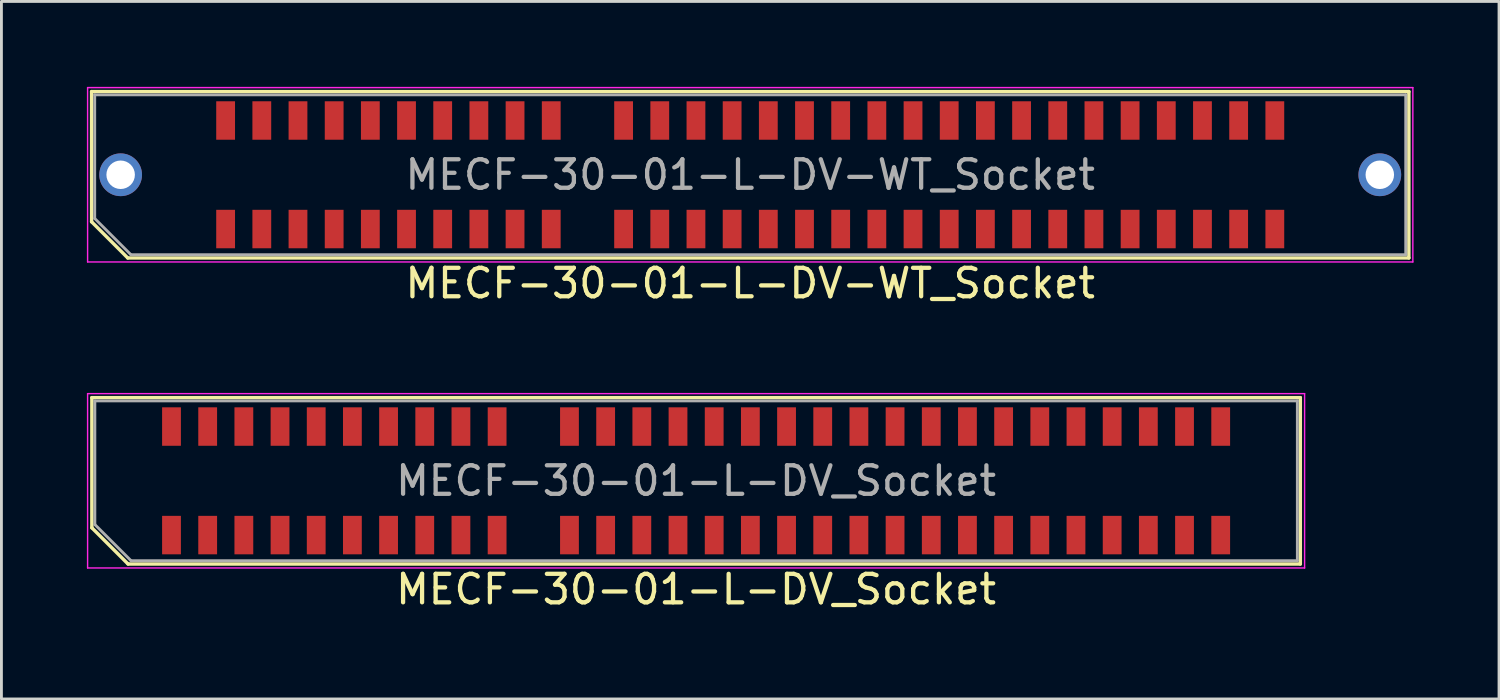
<source format=kicad_pcb>
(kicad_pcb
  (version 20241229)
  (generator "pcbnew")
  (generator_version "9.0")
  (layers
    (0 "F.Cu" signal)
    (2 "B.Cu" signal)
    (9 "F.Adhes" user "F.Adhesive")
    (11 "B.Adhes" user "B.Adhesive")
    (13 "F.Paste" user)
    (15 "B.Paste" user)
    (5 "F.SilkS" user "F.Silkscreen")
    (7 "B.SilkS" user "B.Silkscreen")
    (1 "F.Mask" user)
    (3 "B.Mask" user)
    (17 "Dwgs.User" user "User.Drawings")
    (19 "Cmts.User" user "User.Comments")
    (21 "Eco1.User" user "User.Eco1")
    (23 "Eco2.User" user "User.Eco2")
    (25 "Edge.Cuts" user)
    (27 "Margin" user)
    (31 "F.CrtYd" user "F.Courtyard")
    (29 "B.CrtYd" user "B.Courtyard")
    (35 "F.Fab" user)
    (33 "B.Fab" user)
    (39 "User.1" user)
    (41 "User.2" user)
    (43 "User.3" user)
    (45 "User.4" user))
  (footprint "MECF-30-01-L-DV_Socket"
    (layer "F.Cu")
    (at 21.385 13.828)
    (property "Reference" "MECF-30-01-L-DV_Socket" (at 0 3.81 0) (layer "F.SilkS") (effects (font (size 1 1) (thickness 0.15))))
    (attr smd)
    (fp_line (start -21.21 -2.92) (end 21.21 -2.92) (stroke (width 0.12) (type solid)) (layer "F.SilkS"))
    (fp_line (start -21.21 1.65) (end -21.21 -2.92) (stroke (width 0.12) (type solid)) (layer "F.SilkS"))
    (fp_line (start -19.94 2.92) (end -21.21 1.65) (stroke (width 0.12) (type solid)) (layer "F.SilkS"))
    (fp_line (start -19.94 2.92) (end 21.21 2.92) (stroke (width 0.12) (type solid)) (layer "F.SilkS"))
    (fp_line (start 21.21 2.92) (end 21.21 -2.92) (stroke (width 0.12) (type solid)) (layer "F.SilkS"))
    (fp_line (start -21.36 -3.06) (end -21.36 3.06) (stroke (width 0.05) (type solid)) (layer "F.CrtYd"))
    (fp_line (start -21.36 3.06) (end 21.36 3.06) (stroke (width 0.05) (type solid)) (layer "F.CrtYd"))
    (fp_line (start 21.36 -3.06) (end -21.36 -3.06) (stroke (width 0.05) (type solid)) (layer "F.CrtYd"))
    (fp_line (start 21.36 3.06) (end 21.36 -3.06) (stroke (width 0.05) (type solid)) (layer "F.CrtYd"))
    (fp_line (start -21.105 -2.805) (end 21.105 -2.805) (stroke (width 0.1) (type solid)) (layer "F.Fab"))
    (fp_line (start -21.105 1.535) (end -21.105 -2.805) (stroke (width 0.1) (type solid)) (layer "F.Fab"))
    (fp_line (start -21.105 1.535) (end -19.835 2.805) (stroke (width 0.1) (type solid)) (layer "F.Fab"))
    (fp_line (start -19.835 2.805) (end 21.105 2.805) (stroke (width 0.1) (type solid)) (layer "F.Fab"))
    (fp_line (start 21.105 2.805) (end 21.105 -2.805) (stroke (width 0.1) (type solid)) (layer "F.Fab"))
    (fp_text user "${REFERENCE}" (at 0 0 0) (layer "F.Fab") (effects (font (size 1 1) (thickness 0.15))))
    (pad "" np_thru_hole circle (at -20.195 0) (size 0.001 0.001) (drill 1.45) (layers "*.Cu" "*.Mask"))
    (pad "" np_thru_hole circle (at 20.195 1) (size 0.001 0.001) (drill 1.45) (layers "*.Cu" "*.Mask"))
    (pad "1" smd rect (at -18.415 1.905) (size 0.66 1.35) (layers "F.Cu" "F.Mask" "F.Paste"))
    (pad "2" smd rect (at -18.415 -1.905) (size 0.66 1.35) (layers "F.Cu" "F.Mask" "F.Paste"))
    (pad "3" smd rect (at -17.145 1.905) (size 0.66 1.35) (layers "F.Cu" "F.Mask" "F.Paste"))
    (pad "4" smd rect (at -17.145 -1.905) (size 0.66 1.35) (layers "F.Cu" "F.Mask" "F.Paste"))
    (pad "5" smd rect (at -15.875 1.905) (size 0.66 1.35) (layers "F.Cu" "F.Mask" "F.Paste"))
    (pad "6" smd rect (at -15.875 -1.905) (size 0.66 1.35) (layers "F.Cu" "F.Mask" "F.Paste"))
    (pad "7" smd rect (at -14.605 1.905) (size 0.66 1.35) (layers "F.Cu" "F.Mask" "F.Paste"))
    (pad "8" smd rect (at -14.605 -1.905) (size 0.66 1.35) (layers "F.Cu" "F.Mask" "F.Paste"))
    (pad "9" smd rect (at -13.335 1.905) (size 0.66 1.35) (layers "F.Cu" "F.Mask" "F.Paste"))
    (pad "10" smd rect (at -13.335 -1.905) (size 0.66 1.35) (layers "F.Cu" "F.Mask" "F.Paste"))
    (pad "11" smd rect (at -12.065 1.905) (size 0.66 1.35) (layers "F.Cu" "F.Mask" "F.Paste"))
    (pad "12" smd rect (at -12.065 -1.905) (size 0.66 1.35) (layers "F.Cu" "F.Mask" "F.Paste"))
    (pad "13" smd rect (at -10.795 1.905) (size 0.66 1.35) (layers "F.Cu" "F.Mask" "F.Paste"))
    (pad "14" smd rect (at -10.795 -1.905) (size 0.66 1.35) (layers "F.Cu" "F.Mask" "F.Paste"))
    (pad "15" smd rect (at -9.525 1.905) (size 0.66 1.35) (layers "F.Cu" "F.Mask" "F.Paste"))
    (pad "16" smd rect (at -9.525 -1.905) (size 0.66 1.35) (layers "F.Cu" "F.Mask" "F.Paste"))
    (pad "17" smd rect (at -8.255 1.905) (size 0.66 1.35) (layers "F.Cu" "F.Mask" "F.Paste"))
    (pad "18" smd rect (at -8.255 -1.905) (size 0.66 1.35) (layers "F.Cu" "F.Mask" "F.Paste"))
    (pad "19" smd rect (at -6.985 1.905) (size 0.66 1.35) (layers "F.Cu" "F.Mask" "F.Paste"))
    (pad "20" smd rect (at -6.985 -1.905) (size 0.66 1.35) (layers "F.Cu" "F.Mask" "F.Paste"))
    (pad "23" smd rect (at -4.445 1.905) (size 0.66 1.35) (layers "F.Cu" "F.Mask" "F.Paste"))
    (pad "24" smd rect (at -4.445 -1.905) (size 0.66 1.35) (layers "F.Cu" "F.Mask" "F.Paste"))
    (pad "25" smd rect (at -3.175 1.905) (size 0.66 1.35) (layers "F.Cu" "F.Mask" "F.Paste"))
    (pad "26" smd rect (at -3.175 -1.905) (size 0.66 1.35) (layers "F.Cu" "F.Mask" "F.Paste"))
    (pad "27" smd rect (at -1.905 1.905) (size 0.66 1.35) (layers "F.Cu" "F.Mask" "F.Paste"))
    (pad "28" smd rect (at -1.905 -1.905) (size 0.66 1.35) (layers "F.Cu" "F.Mask" "F.Paste"))
    (pad "29" smd rect (at -0.635 1.905) (size 0.66 1.35) (layers "F.Cu" "F.Mask" "F.Paste"))
    (pad "30" smd rect (at -0.635 -1.905) (size 0.66 1.35) (layers "F.Cu" "F.Mask" "F.Paste"))
    (pad "31" smd rect (at 0.635 1.905) (size 0.66 1.35) (layers "F.Cu" "F.Mask" "F.Paste"))
    (pad "32" smd rect (at 0.635 -1.905) (size 0.66 1.35) (layers "F.Cu" "F.Mask" "F.Paste"))
    (pad "33" smd rect (at 1.905 1.905) (size 0.66 1.35) (layers "F.Cu" "F.Mask" "F.Paste"))
    (pad "34" smd rect (at 1.905 -1.905) (size 0.66 1.35) (layers "F.Cu" "F.Mask" "F.Paste"))
    (pad "35" smd rect (at 3.175 1.905) (size 0.66 1.35) (layers "F.Cu" "F.Mask" "F.Paste"))
    (pad "36" smd rect (at 3.175 -1.905) (size 0.66 1.35) (layers "F.Cu" "F.Mask" "F.Paste"))
    (pad "37" smd rect (at 4.445 1.905) (size 0.66 1.35) (layers "F.Cu" "F.Mask" "F.Paste"))
    (pad "38" smd rect (at 4.445 -1.905) (size 0.66 1.35) (layers "F.Cu" "F.Mask" "F.Paste"))
    (pad "39" smd rect (at 5.715 1.905) (size 0.66 1.35) (layers "F.Cu" "F.Mask" "F.Paste"))
    (pad "40" smd rect (at 5.715 -1.905) (size 0.66 1.35) (layers "F.Cu" "F.Mask" "F.Paste"))
    (pad "41" smd rect (at 6.985 1.905) (size 0.66 1.35) (layers "F.Cu" "F.Mask" "F.Paste"))
    (pad "42" smd rect (at 6.985 -1.905) (size 0.66 1.35) (layers "F.Cu" "F.Mask" "F.Paste"))
    (pad "43" smd rect (at 8.255 1.905) (size 0.66 1.35) (layers "F.Cu" "F.Mask" "F.Paste"))
    (pad "44" smd rect (at 8.255 -1.905) (size 0.66 1.35) (layers "F.Cu" "F.Mask" "F.Paste"))
    (pad "45" smd rect (at 9.525 1.905) (size 0.66 1.35) (layers "F.Cu" "F.Mask" "F.Paste"))
    (pad "46" smd rect (at 9.525 -1.905) (size 0.66 1.35) (layers "F.Cu" "F.Mask" "F.Paste"))
    (pad "47" smd rect (at 10.795 1.905) (size 0.66 1.35) (layers "F.Cu" "F.Mask" "F.Paste"))
    (pad "48" smd rect (at 10.795 -1.905) (size 0.66 1.35) (layers "F.Cu" "F.Mask" "F.Paste"))
    (pad "49" smd rect (at 12.065 1.905) (size 0.66 1.35) (layers "F.Cu" "F.Mask" "F.Paste"))
    (pad "50" smd rect (at 12.065 -1.905) (size 0.66 1.35) (layers "F.Cu" "F.Mask" "F.Paste"))
    (pad "51" smd rect (at 13.335 1.905) (size 0.66 1.35) (layers "F.Cu" "F.Mask" "F.Paste"))
    (pad "52" smd rect (at 13.335 -1.905) (size 0.66 1.35) (layers "F.Cu" "F.Mask" "F.Paste"))
    (pad "53" smd rect (at 14.605 1.905) (size 0.66 1.35) (layers "F.Cu" "F.Mask" "F.Paste"))
    (pad "54" smd rect (at 14.605 -1.905) (size 0.66 1.35) (layers "F.Cu" "F.Mask" "F.Paste"))
    (pad "55" smd rect (at 15.875 1.905) (size 0.66 1.35) (layers "F.Cu" "F.Mask" "F.Paste"))
    (pad "56" smd rect (at 15.875 -1.905) (size 0.66 1.35) (layers "F.Cu" "F.Mask" "F.Paste"))
    (pad "57" smd rect (at 17.145 1.905) (size 0.66 1.35) (layers "F.Cu" "F.Mask" "F.Paste"))
    (pad "58" smd rect (at 17.145 -1.905) (size 0.66 1.35) (layers "F.Cu" "F.Mask" "F.Paste"))
    (pad "59" smd rect (at 18.415 1.905) (size 0.66 1.35) (layers "F.Cu" "F.Mask" "F.Paste"))
    (pad "60" smd rect (at 18.415 -1.905) (size 0.66 1.35) (layers "F.Cu" "F.Mask" "F.Paste")))
  (footprint "MECF-30-01-L-DV-WT_Socket"
    (layer "F.Cu")
    (at 23.285 3.085)
    (property "Reference" "MECF-30-01-L-DV-WT_Socket" (at 0 3.81 0) (layer "F.SilkS") (effects (font (size 1 1) (thickness 0.15))))
    (attr smd)
    (fp_line (start -23.12 -2.92) (end 23.12 -2.92) (stroke (width 0.12) (type solid)) (layer "F.SilkS"))
    (fp_line (start -23.12 1.65) (end -23.12 -2.92) (stroke (width 0.12) (type solid)) (layer "F.SilkS"))
    (fp_line (start -21.85 2.92) (end -23.12 1.65) (stroke (width 0.12) (type solid)) (layer "F.SilkS"))
    (fp_line (start -21.85 2.92) (end 23.12 2.92) (stroke (width 0.12) (type solid)) (layer "F.SilkS"))
    (fp_line (start 23.12 2.92) (end 23.12 -2.92) (stroke (width 0.12) (type solid)) (layer "F.SilkS"))
    (fp_line (start -23.26 -3.06) (end -23.26 3.06) (stroke (width 0.05) (type solid)) (layer "F.CrtYd"))
    (fp_line (start -23.26 3.06) (end 23.26 3.06) (stroke (width 0.05) (type solid)) (layer "F.CrtYd"))
    (fp_line (start 23.26 -3.06) (end -23.26 -3.06) (stroke (width 0.05) (type solid)) (layer "F.CrtYd"))
    (fp_line (start 23.26 3.06) (end 23.26 -3.06) (stroke (width 0.05) (type solid)) (layer "F.CrtYd"))
    (fp_line (start -23.01 -2.805) (end 23.01 -2.805) (stroke (width 0.1) (type solid)) (layer "F.Fab"))
    (fp_line (start -23.01 1.535) (end -23.01 -2.805) (stroke (width 0.1) (type solid)) (layer "F.Fab"))
    (fp_line (start -23.01 1.535) (end -21.74 2.805) (stroke (width 0.1) (type solid)) (layer "F.Fab"))
    (fp_line (start -21.74 2.805) (end 23.01 2.805) (stroke (width 0.1) (type solid)) (layer "F.Fab"))
    (fp_line (start 23.01 2.805) (end 23.01 -2.805) (stroke (width 0.1) (type solid)) (layer "F.Fab"))
    (fp_text user "${REFERENCE}" (at 0 0 0) (layer "F.Fab") (effects (font (size 1 1) (thickness 0.15))))
    (pad "" thru_hole circle (at -22.1 0) (size 1.5 1.5) (drill 1) (layers "*.Cu" "*.Mask"))
    (pad "" np_thru_hole circle (at -20.195 0) (size 0.001 0.001) (drill 1.45) (layers "*.Cu" "*.Mask"))
    (pad "" np_thru_hole circle (at 20.195 1) (size 0.001 0.001) (drill 1.45) (layers "*.Cu" "*.Mask"))
    (pad "" thru_hole circle (at 22.1 0) (size 1.5 1.5) (drill 1) (layers "*.Cu" "*.Mask"))
    (pad "1" smd rect (at -18.415 1.905) (size 0.66 1.35) (layers "F.Cu" "F.Mask" "F.Paste"))
    (pad "2" smd rect (at -18.415 -1.905) (size 0.66 1.35) (layers "F.Cu" "F.Mask" "F.Paste"))
    (pad "3" smd rect (at -17.145 1.905) (size 0.66 1.35) (layers "F.Cu" "F.Mask" "F.Paste"))
    (pad "4" smd rect (at -17.145 -1.905) (size 0.66 1.35) (layers "F.Cu" "F.Mask" "F.Paste"))
    (pad "5" smd rect (at -15.875 1.905) (size 0.66 1.35) (layers "F.Cu" "F.Mask" "F.Paste"))
    (pad "6" smd rect (at -15.875 -1.905) (size 0.66 1.35) (layers "F.Cu" "F.Mask" "F.Paste"))
    (pad "7" smd rect (at -14.605 1.905) (size 0.66 1.35) (layers "F.Cu" "F.Mask" "F.Paste"))
    (pad "8" smd rect (at -14.605 -1.905) (size 0.66 1.35) (layers "F.Cu" "F.Mask" "F.Paste"))
    (pad "9" smd rect (at -13.335 1.905) (size 0.66 1.35) (layers "F.Cu" "F.Mask" "F.Paste"))
    (pad "10" smd rect (at -13.335 -1.905) (size 0.66 1.35) (layers "F.Cu" "F.Mask" "F.Paste"))
    (pad "11" smd rect (at -12.065 1.905) (size 0.66 1.35) (layers "F.Cu" "F.Mask" "F.Paste"))
    (pad "12" smd rect (at -12.065 -1.905) (size 0.66 1.35) (layers "F.Cu" "F.Mask" "F.Paste"))
    (pad "13" smd rect (at -10.795 1.905) (size 0.66 1.35) (layers "F.Cu" "F.Mask" "F.Paste"))
    (pad "14" smd rect (at -10.795 -1.905) (size 0.66 1.35) (layers "F.Cu" "F.Mask" "F.Paste"))
    (pad "15" smd rect (at -9.525 1.905) (size 0.66 1.35) (layers "F.Cu" "F.Mask" "F.Paste"))
    (pad "16" smd rect (at -9.525 -1.905) (size 0.66 1.35) (layers "F.Cu" "F.Mask" "F.Paste"))
    (pad "17" smd rect (at -8.255 1.905) (size 0.66 1.35) (layers "F.Cu" "F.Mask" "F.Paste"))
    (pad "18" smd rect (at -8.255 -1.905) (size 0.66 1.35) (layers "F.Cu" "F.Mask" "F.Paste"))
    (pad "19" smd rect (at -6.985 1.905) (size 0.66 1.35) (layers "F.Cu" "F.Mask" "F.Paste"))
    (pad "20" smd rect (at -6.985 -1.905) (size 0.66 1.35) (layers "F.Cu" "F.Mask" "F.Paste"))
    (pad "23" smd rect (at -4.445 1.905) (size 0.66 1.35) (layers "F.Cu" "F.Mask" "F.Paste"))
    (pad "24" smd rect (at -4.445 -1.905) (size 0.66 1.35) (layers "F.Cu" "F.Mask" "F.Paste"))
    (pad "25" smd rect (at -3.175 1.905) (size 0.66 1.35) (layers "F.Cu" "F.Mask" "F.Paste"))
    (pad "26" smd rect (at -3.175 -1.905) (size 0.66 1.35) (layers "F.Cu" "F.Mask" "F.Paste"))
    (pad "27" smd rect (at -1.905 1.905) (size 0.66 1.35) (layers "F.Cu" "F.Mask" "F.Paste"))
    (pad "28" smd rect (at -1.905 -1.905) (size 0.66 1.35) (layers "F.Cu" "F.Mask" "F.Paste"))
    (pad "29" smd rect (at -0.635 1.905) (size 0.66 1.35) (layers "F.Cu" "F.Mask" "F.Paste"))
    (pad "30" smd rect (at -0.635 -1.905) (size 0.66 1.35) (layers "F.Cu" "F.Mask" "F.Paste"))
    (pad "31" smd rect (at 0.635 1.905) (size 0.66 1.35) (layers "F.Cu" "F.Mask" "F.Paste"))
    (pad "32" smd rect (at 0.635 -1.905) (size 0.66 1.35) (layers "F.Cu" "F.Mask" "F.Paste"))
    (pad "33" smd rect (at 1.905 1.905) (size 0.66 1.35) (layers "F.Cu" "F.Mask" "F.Paste"))
    (pad "34" smd rect (at 1.905 -1.905) (size 0.66 1.35) (layers "F.Cu" "F.Mask" "F.Paste"))
    (pad "35" smd rect (at 3.175 1.905) (size 0.66 1.35) (layers "F.Cu" "F.Mask" "F.Paste"))
    (pad "36" smd rect (at 3.175 -1.905) (size 0.66 1.35) (layers "F.Cu" "F.Mask" "F.Paste"))
    (pad "37" smd rect (at 4.445 1.905) (size 0.66 1.35) (layers "F.Cu" "F.Mask" "F.Paste"))
    (pad "38" smd rect (at 4.445 -1.905) (size 0.66 1.35) (layers "F.Cu" "F.Mask" "F.Paste"))
    (pad "39" smd rect (at 5.715 1.905) (size 0.66 1.35) (layers "F.Cu" "F.Mask" "F.Paste"))
    (pad "40" smd rect (at 5.715 -1.905) (size 0.66 1.35) (layers "F.Cu" "F.Mask" "F.Paste"))
    (pad "41" smd rect (at 6.985 1.905) (size 0.66 1.35) (layers "F.Cu" "F.Mask" "F.Paste"))
    (pad "42" smd rect (at 6.985 -1.905) (size 0.66 1.35) (layers "F.Cu" "F.Mask" "F.Paste"))
    (pad "43" smd rect (at 8.255 1.905) (size 0.66 1.35) (layers "F.Cu" "F.Mask" "F.Paste"))
    (pad "44" smd rect (at 8.255 -1.905) (size 0.66 1.35) (layers "F.Cu" "F.Mask" "F.Paste"))
    (pad "45" smd rect (at 9.525 1.905) (size 0.66 1.35) (layers "F.Cu" "F.Mask" "F.Paste"))
    (pad "46" smd rect (at 9.525 -1.905) (size 0.66 1.35) (layers "F.Cu" "F.Mask" "F.Paste"))
    (pad "47" smd rect (at 10.795 1.905) (size 0.66 1.35) (layers "F.Cu" "F.Mask" "F.Paste"))
    (pad "48" smd rect (at 10.795 -1.905) (size 0.66 1.35) (layers "F.Cu" "F.Mask" "F.Paste"))
    (pad "49" smd rect (at 12.065 1.905) (size 0.66 1.35) (layers "F.Cu" "F.Mask" "F.Paste"))
    (pad "50" smd rect (at 12.065 -1.905) (size 0.66 1.35) (layers "F.Cu" "F.Mask" "F.Paste"))
    (pad "51" smd rect (at 13.335 1.905) (size 0.66 1.35) (layers "F.Cu" "F.Mask" "F.Paste"))
    (pad "52" smd rect (at 13.335 -1.905) (size 0.66 1.35) (layers "F.Cu" "F.Mask" "F.Paste"))
    (pad "53" smd rect (at 14.605 1.905) (size 0.66 1.35) (layers "F.Cu" "F.Mask" "F.Paste"))
    (pad "54" smd rect (at 14.605 -1.905) (size 0.66 1.35) (layers "F.Cu" "F.Mask" "F.Paste"))
    (pad "55" smd rect (at 15.875 1.905) (size 0.66 1.35) (layers "F.Cu" "F.Mask" "F.Paste"))
    (pad "56" smd rect (at 15.875 -1.905) (size 0.66 1.35) (layers "F.Cu" "F.Mask" "F.Paste"))
    (pad "57" smd rect (at 17.145 1.905) (size 0.66 1.35) (layers "F.Cu" "F.Mask" "F.Paste"))
    (pad "58" smd rect (at 17.145 -1.905) (size 0.66 1.35) (layers "F.Cu" "F.Mask" "F.Paste"))
    (pad "59" smd rect (at 18.415 1.905) (size 0.66 1.35) (layers "F.Cu" "F.Mask" "F.Paste"))
    (pad "60" smd rect (at 18.415 -1.905) (size 0.66 1.35) (layers "F.Cu" "F.Mask" "F.Paste")))
  (gr_rect
    (start -3 -3)
    (end 49.57 21.486)
    (stroke (width 0.1) (type default))
    (fill no)
    (layer "Edge.Cuts")))
</source>
